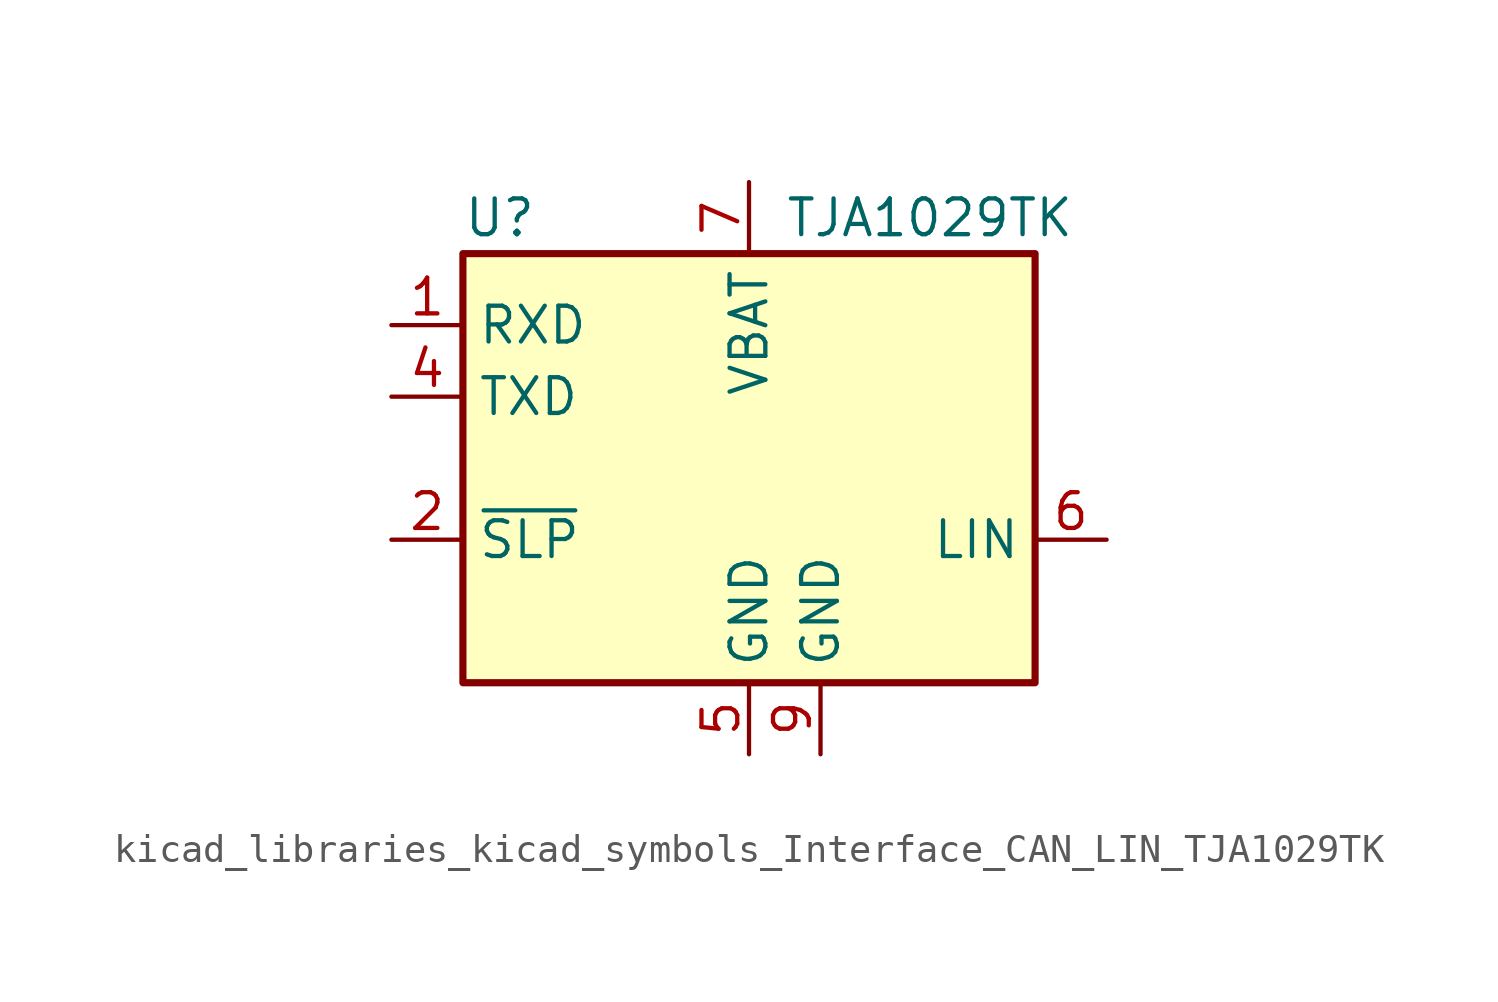
<source format=kicad_sym>
(kicad_symbol_lib
  (version 20220914)
  (generator kicad_symbol_editor)
  (symbol "kicad_libraries_kicad_symbols_Interface_CAN_LIN_TJA1029TK"
    (property "Reference" "U"
      (at -10.16 8.89 0)
      (effects (font (size 1.27 1.27)) (justify left)))
    (property "Value" "TJA1029TK"
      (at 1.27 8.89 0)
      (effects (font (size 1.27 1.27)) (justify left)))
    (symbol "kicad_libraries_kicad_symbols_Interface_CAN_LIN_TJA1029TK_0_1"
      (rectangle (start -10.16 7.62) (end 10.16 -7.62) (stroke (width 0.254) (type default)) (fill (type background))))
    (symbol "kicad_libraries_kicad_symbols_Interface_CAN_LIN_TJA1029TK_1_1"
      (pin open_collector line (at -12.7 5.08 0) (length 2.54) (name "RXD" (effects (font (size 1.27 1.27)))) (number "1" (effects (font (size 1.27 1.27)))))
      (pin input line (at -12.7 -2.54 0) (length 2.54) (name "~{SLP}" (effects (font (size 1.27 1.27)))) (number "2" (effects (font (size 1.27 1.27)))))
      (pin no_connect line (at -10.16 -5.08 0) (length 2.54) hide (name "NC" (effects (font (size 1.27 1.27)))) (number "3" (effects (font (size 1.27 1.27)))))
      (pin input line (at -12.7 2.54 0) (length 2.54) (name "TXD" (effects (font (size 1.27 1.27)))) (number "4" (effects (font (size 1.27 1.27)))))
      (pin power_in line (at 0 -10.16 90) (length 2.54) (name "GND" (effects (font (size 1.27 1.27)))) (number "5" (effects (font (size 1.27 1.27)))))
      (pin bidirectional line (at 12.7 -2.54 180) (length 2.54) (name "LIN" (effects (font (size 1.27 1.27)))) (number "6" (effects (font (size 1.27 1.27)))))
      (pin power_in line (at 0 10.16 270) (length 2.54) (name "VBAT" (effects (font (size 1.27 1.27)))) (number "7" (effects (font (size 1.27 1.27)))))
      (pin no_connect line (at 10.16 2.54 180) (length 2.54) hide (name "NC" (effects (font (size 1.27 1.27)))) (number "8" (effects (font (size 1.27 1.27)))))
      (pin power_in line (at 2.54 -10.16 90) (length 2.54) (name "GND" (effects (font (size 1.27 1.27)))) (number "9" (effects (font (size 1.27 1.27))))))))
</source>
